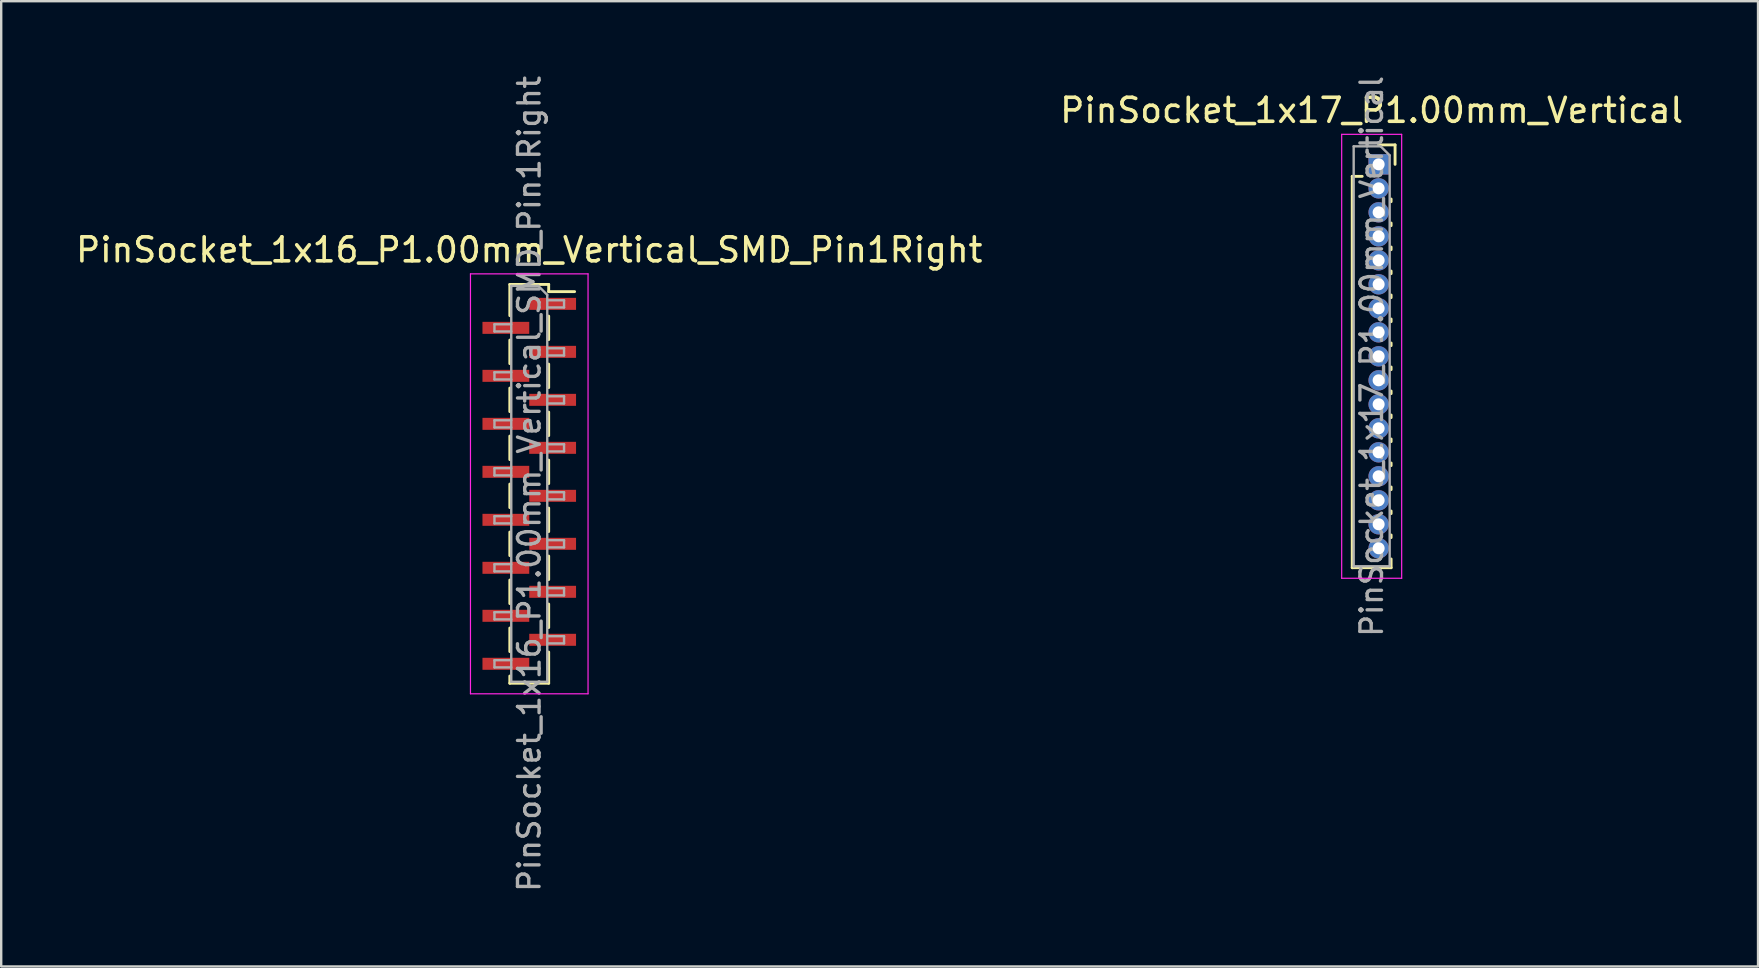
<source format=kicad_pcb>
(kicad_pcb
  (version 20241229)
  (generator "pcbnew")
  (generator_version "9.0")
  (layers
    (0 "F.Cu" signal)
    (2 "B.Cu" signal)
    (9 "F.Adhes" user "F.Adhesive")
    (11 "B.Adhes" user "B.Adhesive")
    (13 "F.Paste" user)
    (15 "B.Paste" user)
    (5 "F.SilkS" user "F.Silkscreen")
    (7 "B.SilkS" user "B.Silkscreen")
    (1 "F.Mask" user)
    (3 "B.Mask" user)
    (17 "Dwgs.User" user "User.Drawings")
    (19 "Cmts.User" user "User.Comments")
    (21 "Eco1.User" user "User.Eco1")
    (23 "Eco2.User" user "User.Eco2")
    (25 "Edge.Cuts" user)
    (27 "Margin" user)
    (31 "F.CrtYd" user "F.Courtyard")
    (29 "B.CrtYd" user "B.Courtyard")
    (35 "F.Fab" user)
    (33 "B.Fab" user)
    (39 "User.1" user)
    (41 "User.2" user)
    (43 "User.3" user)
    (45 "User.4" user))
  (footprint "PinSocket_1x17_P1.00mm_Vertical"
    (layer "F.Cu")
    (at 54.403 3.799)
    (property "Reference" "PinSocket_1x17_P1.00mm_Vertical" (at -0.29 -2.25 0) (layer "F.SilkS") (effects (font (size 1 1) (thickness 0.15))))
    (attr through_hole)
    (fp_line (start -1.1 0.5) (end -1.1 16.81) (stroke (width 0.12) (type solid)) (layer "F.SilkS"))
    (fp_line (start -1.1 0.5) (end -0.685 0.5) (stroke (width 0.12) (type solid)) (layer "F.SilkS"))
    (fp_line (start -1.1 16.81) (end 0.52 16.81) (stroke (width 0.12) (type solid)) (layer "F.SilkS"))
    (fp_line (start 0 -0.81) (end 0.685 -0.81) (stroke (width 0.12) (type solid)) (layer "F.SilkS"))
    (fp_line (start 0.52 1.446) (end 0.52 1.554) (stroke (width 0.12) (type solid)) (layer "F.SilkS"))
    (fp_line (start 0.52 2.446) (end 0.52 2.554) (stroke (width 0.12) (type solid)) (layer "F.SilkS"))
    (fp_line (start 0.52 3.446) (end 0.52 3.554) (stroke (width 0.12) (type solid)) (layer "F.SilkS"))
    (fp_line (start 0.52 4.446) (end 0.52 4.554) (stroke (width 0.12) (type solid)) (layer "F.SilkS"))
    (fp_line (start 0.52 5.446) (end 0.52 5.554) (stroke (width 0.12) (type solid)) (layer "F.SilkS"))
    (fp_line (start 0.52 6.446) (end 0.52 6.554) (stroke (width 0.12) (type solid)) (layer "F.SilkS"))
    (fp_line (start 0.52 7.446) (end 0.52 7.554) (stroke (width 0.12) (type solid)) (layer "F.SilkS"))
    (fp_line (start 0.52 8.446) (end 0.52 8.554) (stroke (width 0.12) (type solid)) (layer "F.SilkS"))
    (fp_line (start 0.52 9.446) (end 0.52 9.554) (stroke (width 0.12) (type solid)) (layer "F.SilkS"))
    (fp_line (start 0.52 10.446) (end 0.52 10.554) (stroke (width 0.12) (type solid)) (layer "F.SilkS"))
    (fp_line (start 0.52 11.446) (end 0.52 11.554) (stroke (width 0.12) (type solid)) (layer "F.SilkS"))
    (fp_line (start 0.52 12.446) (end 0.52 12.554) (stroke (width 0.12) (type solid)) (layer "F.SilkS"))
    (fp_line (start 0.52 13.446) (end 0.52 13.554) (stroke (width 0.12) (type solid)) (layer "F.SilkS"))
    (fp_line (start 0.52 14.446) (end 0.52 14.554) (stroke (width 0.12) (type solid)) (layer "F.SilkS"))
    (fp_line (start 0.52 15.446) (end 0.52 15.554) (stroke (width 0.12) (type solid)) (layer "F.SilkS"))
    (fp_line (start 0.52 16.446) (end 0.52 16.81) (stroke (width 0.12) (type solid)) (layer "F.SilkS"))
    (fp_line (start 0.685 -0.81) (end 0.685 0) (stroke (width 0.12) (type solid)) (layer "F.SilkS"))
    (fp_line (start -1.54 -1.25) (end 0.96 -1.25) (stroke (width 0.05) (type solid)) (layer "F.CrtYd"))
    (fp_line (start -1.54 17.25) (end -1.54 -1.25) (stroke (width 0.05) (type solid)) (layer "F.CrtYd"))
    (fp_line (start 0.96 -1.25) (end 0.96 17.25) (stroke (width 0.05) (type solid)) (layer "F.CrtYd"))
    (fp_line (start 0.96 17.25) (end -1.54 17.25) (stroke (width 0.05) (type solid)) (layer "F.CrtYd"))
    (fp_line (start -1.04 -0.75) (end 0.085 -0.75) (stroke (width 0.1) (type solid)) (layer "F.Fab"))
    (fp_line (start -1.04 16.75) (end -1.04 -0.75) (stroke (width 0.1) (type solid)) (layer "F.Fab"))
    (fp_line (start 0.085 -0.75) (end 0.46 -0.375) (stroke (width 0.1) (type solid)) (layer "F.Fab"))
    (fp_line (start 0.46 -0.375) (end 0.46 16.75) (stroke (width 0.1) (type solid)) (layer "F.Fab"))
    (fp_line (start 0.46 16.75) (end -1.04 16.75) (stroke (width 0.1) (type solid)) (layer "F.Fab"))
    (fp_text user "${REFERENCE}" (at -0.29 8 90) (layer "F.Fab") (effects (font (size 0.9 0.9) (thickness 0.14))))
    (pad "1" thru_hole rect (at 0 0) (size 0.85 0.85) (drill 0.5) (layers "*.Cu" "*.Mask"))
    (pad "2" thru_hole oval (at 0 1) (size 0.85 0.85) (drill 0.5) (layers "*.Cu" "*.Mask"))
    (pad "3" thru_hole oval (at 0 2) (size 0.85 0.85) (drill 0.5) (layers "*.Cu" "*.Mask"))
    (pad "4" thru_hole oval (at 0 3) (size 0.85 0.85) (drill 0.5) (layers "*.Cu" "*.Mask"))
    (pad "5" thru_hole oval (at 0 4) (size 0.85 0.85) (drill 0.5) (layers "*.Cu" "*.Mask"))
    (pad "6" thru_hole oval (at 0 5) (size 0.85 0.85) (drill 0.5) (layers "*.Cu" "*.Mask"))
    (pad "7" thru_hole oval (at 0 6) (size 0.85 0.85) (drill 0.5) (layers "*.Cu" "*.Mask"))
    (pad "8" thru_hole oval (at 0 7) (size 0.85 0.85) (drill 0.5) (layers "*.Cu" "*.Mask"))
    (pad "9" thru_hole oval (at 0 8) (size 0.85 0.85) (drill 0.5) (layers "*.Cu" "*.Mask"))
    (pad "10" thru_hole oval (at 0 9) (size 0.85 0.85) (drill 0.5) (layers "*.Cu" "*.Mask"))
    (pad "11" thru_hole oval (at 0 10) (size 0.85 0.85) (drill 0.5) (layers "*.Cu" "*.Mask"))
    (pad "12" thru_hole oval (at 0 11) (size 0.85 0.85) (drill 0.5) (layers "*.Cu" "*.Mask"))
    (pad "13" thru_hole oval (at 0 12) (size 0.85 0.85) (drill 0.5) (layers "*.Cu" "*.Mask"))
    (pad "14" thru_hole oval (at 0 13) (size 0.85 0.85) (drill 0.5) (layers "*.Cu" "*.Mask"))
    (pad "15" thru_hole oval (at 0 14) (size 0.85 0.85) (drill 0.5) (layers "*.Cu" "*.Mask"))
    (pad "16" thru_hole oval (at 0 15) (size 0.85 0.85) (drill 0.5) (layers "*.Cu" "*.Mask"))
    (pad "17" thru_hole oval (at 0 16) (size 0.85 0.85) (drill 0.5) (layers "*.Cu" "*.Mask")))
  (footprint "PinSocket_1x16_P1.00mm_Vertical_SMD_Pin1Right"
    (layer "F.Cu")
    (at 19.006 17.113)
    (property "Reference" "PinSocket_1x16_P1.00mm_Vertical_SMD_Pin1Right" (at 0 -9.75 0) (layer "F.SilkS") (effects (font (size 1 1) (thickness 0.15))))
    (attr smd)
    (fp_line (start -0.81 -8.31) (end -0.81 -7.01) (stroke (width 0.12) (type solid)) (layer "F.SilkS"))
    (fp_line (start -0.81 -8.31) (end 0.81 -8.31) (stroke (width 0.12) (type solid)) (layer "F.SilkS"))
    (fp_line (start -0.81 -5.99) (end -0.81 -5.01) (stroke (width 0.12) (type solid)) (layer "F.SilkS"))
    (fp_line (start -0.81 -3.99) (end -0.81 -3.01) (stroke (width 0.12) (type solid)) (layer "F.SilkS"))
    (fp_line (start -0.81 -1.99) (end -0.81 -1.01) (stroke (width 0.12) (type solid)) (layer "F.SilkS"))
    (fp_line (start -0.81 0.01) (end -0.81 0.99) (stroke (width 0.12) (type solid)) (layer "F.SilkS"))
    (fp_line (start -0.81 2.01) (end -0.81 2.99) (stroke (width 0.12) (type solid)) (layer "F.SilkS"))
    (fp_line (start -0.81 4.01) (end -0.81 4.99) (stroke (width 0.12) (type solid)) (layer "F.SilkS"))
    (fp_line (start -0.81 6.01) (end -0.81 6.99) (stroke (width 0.12) (type solid)) (layer "F.SilkS"))
    (fp_line (start -0.81 8.01) (end -0.81 8.31) (stroke (width 0.12) (type solid)) (layer "F.SilkS"))
    (fp_line (start -0.81 8.31) (end 0.81 8.31) (stroke (width 0.12) (type solid)) (layer "F.SilkS"))
    (fp_line (start 0.81 -8.31) (end 0.81 -8.01) (stroke (width 0.12) (type solid)) (layer "F.SilkS"))
    (fp_line (start 0.81 -8.01) (end 1.89 -8.01) (stroke (width 0.12) (type solid)) (layer "F.SilkS"))
    (fp_line (start 0.81 -6.99) (end 0.81 -6.01) (stroke (width 0.12) (type solid)) (layer "F.SilkS"))
    (fp_line (start 0.81 -4.99) (end 0.81 -4.01) (stroke (width 0.12) (type solid)) (layer "F.SilkS"))
    (fp_line (start 0.81 -2.99) (end 0.81 -2.01) (stroke (width 0.12) (type solid)) (layer "F.SilkS"))
    (fp_line (start 0.81 -0.99) (end 0.81 -0.01) (stroke (width 0.12) (type solid)) (layer "F.SilkS"))
    (fp_line (start 0.81 1.01) (end 0.81 1.99) (stroke (width 0.12) (type solid)) (layer "F.SilkS"))
    (fp_line (start 0.81 3.01) (end 0.81 3.99) (stroke (width 0.12) (type solid)) (layer "F.SilkS"))
    (fp_line (start 0.81 5.01) (end 0.81 5.99) (stroke (width 0.12) (type solid)) (layer "F.SilkS"))
    (fp_line (start 0.81 7.01) (end 0.81 8.31) (stroke (width 0.12) (type solid)) (layer "F.SilkS"))
    (fp_line (start -2.45 -8.75) (end 2.45 -8.75) (stroke (width 0.05) (type solid)) (layer "F.CrtYd"))
    (fp_line (start -2.45 8.75) (end -2.45 -8.75) (stroke (width 0.05) (type solid)) (layer "F.CrtYd"))
    (fp_line (start 2.45 -8.75) (end 2.45 8.75) (stroke (width 0.05) (type solid)) (layer "F.CrtYd"))
    (fp_line (start 2.45 8.75) (end -2.45 8.75) (stroke (width 0.05) (type solid)) (layer "F.CrtYd"))
    (fp_line (start -1.45 -6.65) (end -0.75 -6.65) (stroke (width 0.1) (type solid)) (layer "F.Fab"))
    (fp_line (start -1.45 -6.35) (end -1.45 -6.65) (stroke (width 0.1) (type solid)) (layer "F.Fab"))
    (fp_line (start -1.45 -4.65) (end -0.75 -4.65) (stroke (width 0.1) (type solid)) (layer "F.Fab"))
    (fp_line (start -1.45 -4.35) (end -1.45 -4.65) (stroke (width 0.1) (type solid)) (layer "F.Fab"))
    (fp_line (start -1.45 -2.65) (end -0.75 -2.65) (stroke (width 0.1) (type solid)) (layer "F.Fab"))
    (fp_line (start -1.45 -2.35) (end -1.45 -2.65) (stroke (width 0.1) (type solid)) (layer "F.Fab"))
    (fp_line (start -1.45 -0.65) (end -0.75 -0.65) (stroke (width 0.1) (type solid)) (layer "F.Fab"))
    (fp_line (start -1.45 -0.35) (end -1.45 -0.65) (stroke (width 0.1) (type solid)) (layer "F.Fab"))
    (fp_line (start -1.45 1.35) (end -0.75 1.35) (stroke (width 0.1) (type solid)) (layer "F.Fab"))
    (fp_line (start -1.45 1.65) (end -1.45 1.35) (stroke (width 0.1) (type solid)) (layer "F.Fab"))
    (fp_line (start -1.45 3.35) (end -0.75 3.35) (stroke (width 0.1) (type solid)) (layer "F.Fab"))
    (fp_line (start -1.45 3.65) (end -1.45 3.35) (stroke (width 0.1) (type solid)) (layer "F.Fab"))
    (fp_line (start -1.45 5.35) (end -0.75 5.35) (stroke (width 0.1) (type solid)) (layer "F.Fab"))
    (fp_line (start -1.45 5.65) (end -1.45 5.35) (stroke (width 0.1) (type solid)) (layer "F.Fab"))
    (fp_line (start -1.45 7.35) (end -0.75 7.35) (stroke (width 0.1) (type solid)) (layer "F.Fab"))
    (fp_line (start -1.45 7.65) (end -1.45 7.35) (stroke (width 0.1) (type solid)) (layer "F.Fab"))
    (fp_line (start -0.75 -8.25) (end 0.375 -8.25) (stroke (width 0.1) (type solid)) (layer "F.Fab"))
    (fp_line (start -0.75 -6.35) (end -1.45 -6.35) (stroke (width 0.1) (type solid)) (layer "F.Fab"))
    (fp_line (start -0.75 -4.35) (end -1.45 -4.35) (stroke (width 0.1) (type solid)) (layer "F.Fab"))
    (fp_line (start -0.75 -2.35) (end -1.45 -2.35) (stroke (width 0.1) (type solid)) (layer "F.Fab"))
    (fp_line (start -0.75 -0.35) (end -1.45 -0.35) (stroke (width 0.1) (type solid)) (layer "F.Fab"))
    (fp_line (start -0.75 1.65) (end -1.45 1.65) (stroke (width 0.1) (type solid)) (layer "F.Fab"))
    (fp_line (start -0.75 3.65) (end -1.45 3.65) (stroke (width 0.1) (type solid)) (layer "F.Fab"))
    (fp_line (start -0.75 5.65) (end -1.45 5.65) (stroke (width 0.1) (type solid)) (layer "F.Fab"))
    (fp_line (start -0.75 7.65) (end -1.45 7.65) (stroke (width 0.1) (type solid)) (layer "F.Fab"))
    (fp_line (start -0.75 8.25) (end -0.75 -8.25) (stroke (width 0.1) (type solid)) (layer "F.Fab"))
    (fp_line (start 0.375 -8.25) (end 0.75 -7.875) (stroke (width 0.1) (type solid)) (layer "F.Fab"))
    (fp_line (start 0.75 -7.875) (end 0.75 8.25) (stroke (width 0.1) (type solid)) (layer "F.Fab"))
    (fp_line (start 0.75 -7.65) (end 1.45 -7.65) (stroke (width 0.1) (type solid)) (layer "F.Fab"))
    (fp_line (start 0.75 -5.65) (end 1.45 -5.65) (stroke (width 0.1) (type solid)) (layer "F.Fab"))
    (fp_line (start 0.75 -3.65) (end 1.45 -3.65) (stroke (width 0.1) (type solid)) (layer "F.Fab"))
    (fp_line (start 0.75 -1.65) (end 1.45 -1.65) (stroke (width 0.1) (type solid)) (layer "F.Fab"))
    (fp_line (start 0.75 0.35) (end 1.45 0.35) (stroke (width 0.1) (type solid)) (layer "F.Fab"))
    (fp_line (start 0.75 2.35) (end 1.45 2.35) (stroke (width 0.1) (type solid)) (layer "F.Fab"))
    (fp_line (start 0.75 4.35) (end 1.45 4.35) (stroke (width 0.1) (type solid)) (layer "F.Fab"))
    (fp_line (start 0.75 6.35) (end 1.45 6.35) (stroke (width 0.1) (type solid)) (layer "F.Fab"))
    (fp_line (start 0.75 8.25) (end -0.75 8.25) (stroke (width 0.1) (type solid)) (layer "F.Fab"))
    (fp_line (start 1.45 -7.65) (end 1.45 -7.35) (stroke (width 0.1) (type solid)) (layer "F.Fab"))
    (fp_line (start 1.45 -7.35) (end 0.75 -7.35) (stroke (width 0.1) (type solid)) (layer "F.Fab"))
    (fp_line (start 1.45 -5.65) (end 1.45 -5.35) (stroke (width 0.1) (type solid)) (layer "F.Fab"))
    (fp_line (start 1.45 -5.35) (end 0.75 -5.35) (stroke (width 0.1) (type solid)) (layer "F.Fab"))
    (fp_line (start 1.45 -3.65) (end 1.45 -3.35) (stroke (width 0.1) (type solid)) (layer "F.Fab"))
    (fp_line (start 1.45 -3.35) (end 0.75 -3.35) (stroke (width 0.1) (type solid)) (layer "F.Fab"))
    (fp_line (start 1.45 -1.65) (end 1.45 -1.35) (stroke (width 0.1) (type solid)) (layer "F.Fab"))
    (fp_line (start 1.45 -1.35) (end 0.75 -1.35) (stroke (width 0.1) (type solid)) (layer "F.Fab"))
    (fp_line (start 1.45 0.35) (end 1.45 0.65) (stroke (width 0.1) (type solid)) (layer "F.Fab"))
    (fp_line (start 1.45 0.65) (end 0.75 0.65) (stroke (width 0.1) (type solid)) (layer "F.Fab"))
    (fp_line (start 1.45 2.35) (end 1.45 2.65) (stroke (width 0.1) (type solid)) (layer "F.Fab"))
    (fp_line (start 1.45 2.65) (end 0.75 2.65) (stroke (width 0.1) (type solid)) (layer "F.Fab"))
    (fp_line (start 1.45 4.35) (end 1.45 4.65) (stroke (width 0.1) (type solid)) (layer "F.Fab"))
    (fp_line (start 1.45 4.65) (end 0.75 4.65) (stroke (width 0.1) (type solid)) (layer "F.Fab"))
    (fp_line (start 1.45 6.35) (end 1.45 6.65) (stroke (width 0.1) (type solid)) (layer "F.Fab"))
    (fp_line (start 1.45 6.65) (end 0.75 6.65) (stroke (width 0.1) (type solid)) (layer "F.Fab"))
    (fp_text user "${REFERENCE}" (at 0 0 90) (layer "F.Fab") (effects (font (size 0.9 0.9) (thickness 0.14))))
    (pad "1" smd rect (at 0.975 -7.5) (size 1.95 0.5) (layers "F.Cu" "F.Mask" "F.Paste"))
    (pad "2" smd rect (at -0.975 -6.5) (size 1.95 0.5) (layers "F.Cu" "F.Mask" "F.Paste"))
    (pad "3" smd rect (at 0.975 -5.5) (size 1.95 0.5) (layers "F.Cu" "F.Mask" "F.Paste"))
    (pad "4" smd rect (at -0.975 -4.5) (size 1.95 0.5) (layers "F.Cu" "F.Mask" "F.Paste"))
    (pad "5" smd rect (at 0.975 -3.5) (size 1.95 0.5) (layers "F.Cu" "F.Mask" "F.Paste"))
    (pad "6" smd rect (at -0.975 -2.5) (size 1.95 0.5) (layers "F.Cu" "F.Mask" "F.Paste"))
    (pad "7" smd rect (at 0.975 -1.5) (size 1.95 0.5) (layers "F.Cu" "F.Mask" "F.Paste"))
    (pad "8" smd rect (at -0.975 -0.5) (size 1.95 0.5) (layers "F.Cu" "F.Mask" "F.Paste"))
    (pad "9" smd rect (at 0.975 0.5) (size 1.95 0.5) (layers "F.Cu" "F.Mask" "F.Paste"))
    (pad "10" smd rect (at -0.975 1.5) (size 1.95 0.5) (layers "F.Cu" "F.Mask" "F.Paste"))
    (pad "11" smd rect (at 0.975 2.5) (size 1.95 0.5) (layers "F.Cu" "F.Mask" "F.Paste"))
    (pad "12" smd rect (at -0.975 3.5) (size 1.95 0.5) (layers "F.Cu" "F.Mask" "F.Paste"))
    (pad "13" smd rect (at 0.975 4.5) (size 1.95 0.5) (layers "F.Cu" "F.Mask" "F.Paste"))
    (pad "14" smd rect (at -0.975 5.5) (size 1.95 0.5) (layers "F.Cu" "F.Mask" "F.Paste"))
    (pad "15" smd rect (at 0.975 6.5) (size 1.95 0.5) (layers "F.Cu" "F.Mask" "F.Paste"))
    (pad "16" smd rect (at -0.975 7.5) (size 1.95 0.5) (layers "F.Cu" "F.Mask" "F.Paste")))
  (gr_rect
    (start -3 -3)
    (end 70.214 37.226)
    (stroke (width 0.1) (type default))
    (fill no)
    (layer "Edge.Cuts")))
</source>
